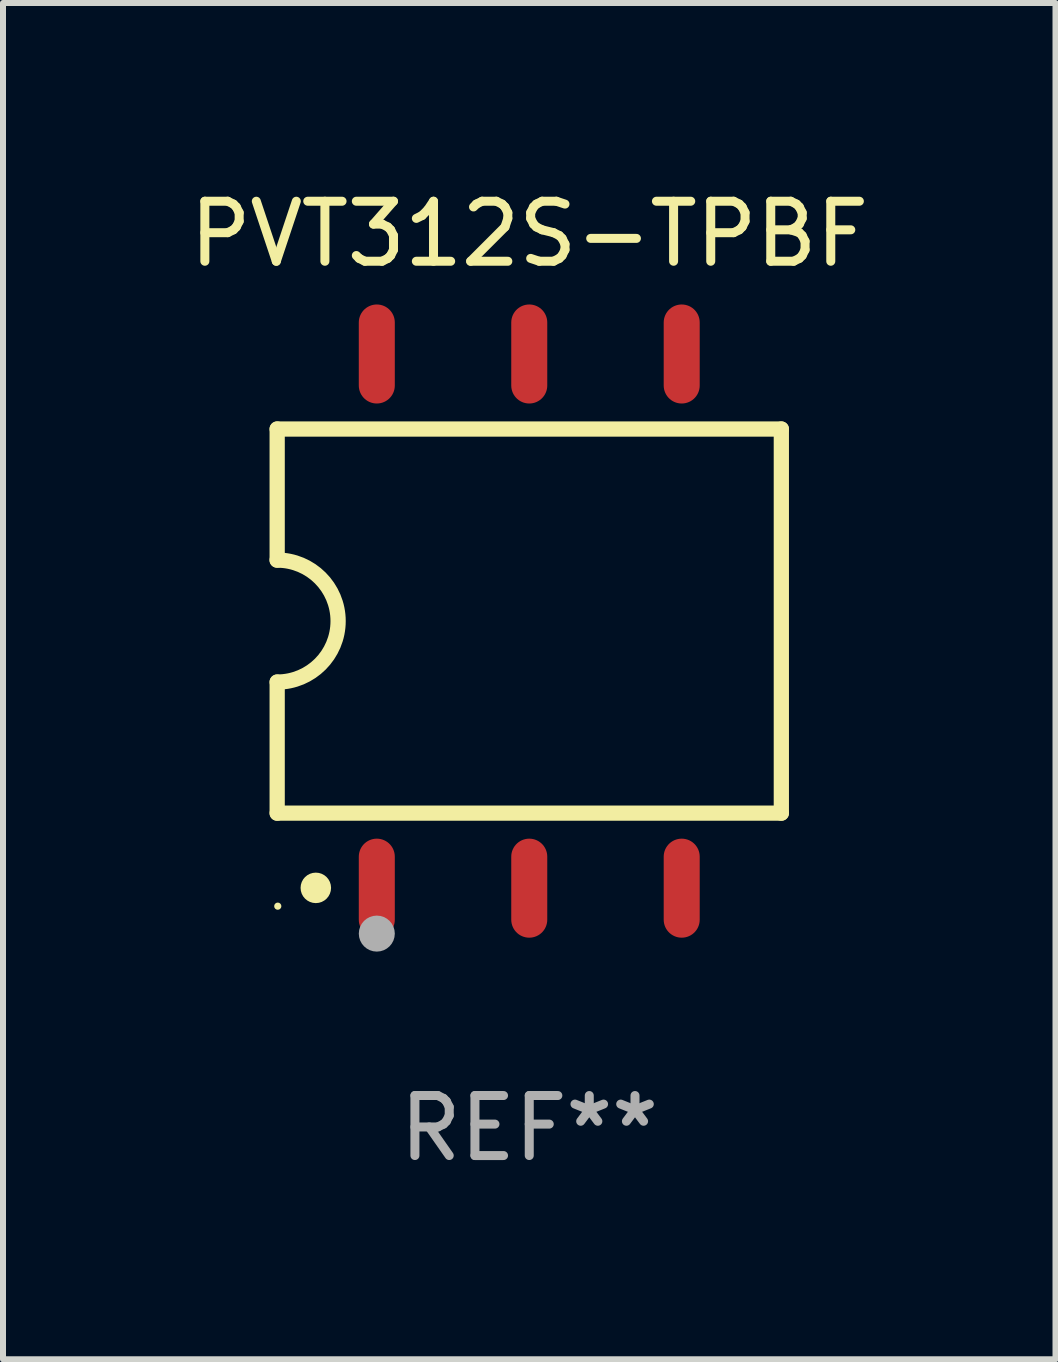
<source format=kicad_pcb>
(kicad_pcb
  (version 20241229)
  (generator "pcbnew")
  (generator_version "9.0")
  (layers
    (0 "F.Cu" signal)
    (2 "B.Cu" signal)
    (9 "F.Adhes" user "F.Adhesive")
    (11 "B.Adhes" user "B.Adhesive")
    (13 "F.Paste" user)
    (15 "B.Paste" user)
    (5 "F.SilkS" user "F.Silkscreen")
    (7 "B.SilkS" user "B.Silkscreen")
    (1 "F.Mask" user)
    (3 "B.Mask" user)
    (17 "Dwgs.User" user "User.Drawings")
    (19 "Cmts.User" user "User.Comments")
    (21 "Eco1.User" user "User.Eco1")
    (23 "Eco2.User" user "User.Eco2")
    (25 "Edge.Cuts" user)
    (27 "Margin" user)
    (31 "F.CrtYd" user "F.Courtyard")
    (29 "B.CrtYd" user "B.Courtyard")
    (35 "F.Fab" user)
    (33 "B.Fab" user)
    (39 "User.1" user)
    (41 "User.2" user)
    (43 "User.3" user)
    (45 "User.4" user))
  (footprint "PVT312S-TPBF"
    (layer "F.Cu")
    (at 5.768 7.298)
    (property "Reference" "PVT312S-TPBF" (at 0 -6.45 0) (layer "F.SilkS") (effects (font (size 1 1) (thickness 0.15))))
    (attr through_hole)
    (fp_line (start -4.2 -3.2) (end -4.2 -1.016) (stroke (width 0.254) (type solid)) (layer "F.SilkS"))
    (fp_line (start -4.2 -3.2) (end 4.2 -3.2) (stroke (width 0.254) (type solid)) (layer "F.SilkS"))
    (fp_line (start -4.2 3.2) (end -4.2 1.016) (stroke (width 0.254) (type solid)) (layer "F.SilkS"))
    (fp_line (start 4.2 -3.2) (end 4.2 3.2) (stroke (width 0.254) (type solid)) (layer "F.SilkS"))
    (fp_line (start 4.2 3.2) (end -4.2 3.2) (stroke (width 0.254) (type solid)) (layer "F.SilkS"))
    (fp_arc (start -4.201169 -1.016003) (mid -3.185166 -0.000585) (end -4.2 1.016002) (stroke (width 0.254001) (type solid)) (layer "F.SilkS"))
    (fp_circle (center -4.19 4.75) (end -4.16 4.75) (stroke (width 0.06) (type solid)) (fill no) (layer "F.SilkS"))
    (fp_circle (center -3.556 4.445) (end -3.429 4.445) (stroke (width 0.254) (type solid)) (fill no) (layer "F.SilkS"))
    (fp_circle (center -2.54 5.207) (end -2.39 5.207) (stroke (width 0.3) (type solid)) (fill no) (layer "F.Fab"))
    (fp_text user "REF**" (at 0 8.45 0) (layer "F.Fab") (effects (font (size 1 1) (thickness 0.15))))
    (pad "1" smd oval (at -2.54 4.45 90) (size 1.65 0.6) (layers "F.Cu" "F.Mask" "F.Paste"))
    (pad "2" smd oval (at 0 4.45 90) (size 1.65 0.6) (layers "F.Cu" "F.Mask" "F.Paste"))
    (pad "3" smd oval (at 2.54 4.45 90) (size 1.65 0.6) (layers "F.Cu" "F.Mask" "F.Paste"))
    (pad "4" smd oval (at 2.54 -4.45 90) (size 1.65 0.6) (layers "F.Cu" "F.Mask" "F.Paste"))
    (pad "5" smd oval (at 0 -4.45 90) (size 1.65 0.6) (layers "F.Cu" "F.Mask" "F.Paste"))
    (pad "6" smd oval (at -2.54 -4.45 90) (size 1.65 0.6) (layers "F.Cu" "F.Mask" "F.Paste")))
  (gr_rect
    (start -3 -3)
    (end 14.536 19.597)
    (stroke (width 0.1) (type default))
    (fill no)
    (layer "Edge.Cuts")))
</source>
